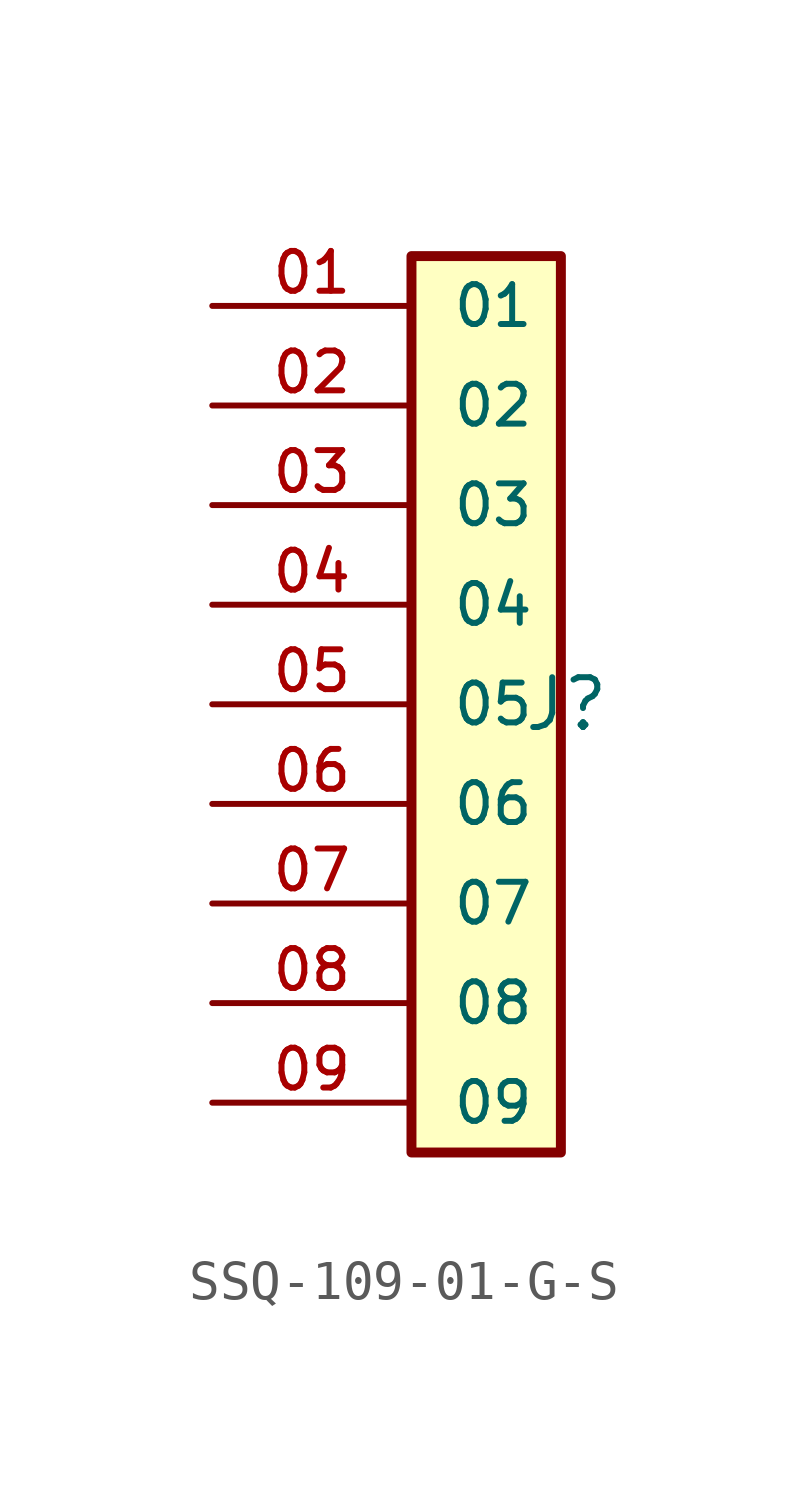
<source format=kicad_sym>
(kicad_symbol_lib
  (version 20220914)
  (generator kicad_symbol_editor)
  (symbol "SSQ-109-01-G-S"
    (pin_names
      (offset 1.016))
    (property "Reference" "J"
      (at 5.08 0 0)
      (effects (font (size 1.27 1.27)) (justify right)))
    (symbol "SSQ-109-01-G-S_0_0"
      (rectangle (start 0 11.43) (end 3.81 -11.43) (stroke (width 0.254) (type default)) (fill (type background)))
      (pin passive line (at -5.08 10.16 0) (length 5.08) (name "01" (effects (font (size 1.016 1.016)))) (number "01" (effects (font (size 1.016 1.016)))))
      (pin passive line (at -5.08 7.62 0) (length 5.08) (name "02" (effects (font (size 1.016 1.016)))) (number "02" (effects (font (size 1.016 1.016)))))
      (pin passive line (at -5.08 5.08 0) (length 5.08) (name "03" (effects (font (size 1.016 1.016)))) (number "03" (effects (font (size 1.016 1.016)))))
      (pin passive line (at -5.08 2.54 0) (length 5.08) (name "04" (effects (font (size 1.016 1.016)))) (number "04" (effects (font (size 1.016 1.016)))))
      (pin passive line (at -5.08 0 0) (length 5.08) (name "05" (effects (font (size 1.016 1.016)))) (number "05" (effects (font (size 1.016 1.016)))))
      (pin passive line (at -5.08 -2.54 0) (length 5.08) (name "06" (effects (font (size 1.016 1.016)))) (number "06" (effects (font (size 1.016 1.016)))))
      (pin passive line (at -5.08 -5.08 0) (length 5.08) (name "07" (effects (font (size 1.016 1.016)))) (number "07" (effects (font (size 1.016 1.016)))))
      (pin passive line (at -5.08 -7.62 0) (length 5.08) (name "08" (effects (font (size 1.016 1.016)))) (number "08" (effects (font (size 1.016 1.016)))))
      (pin passive line (at -5.08 -10.16 0) (length 5.08) (name "09" (effects (font (size 1.016 1.016)))) (number "09" (effects (font (size 1.016 1.016))))))))
</source>
